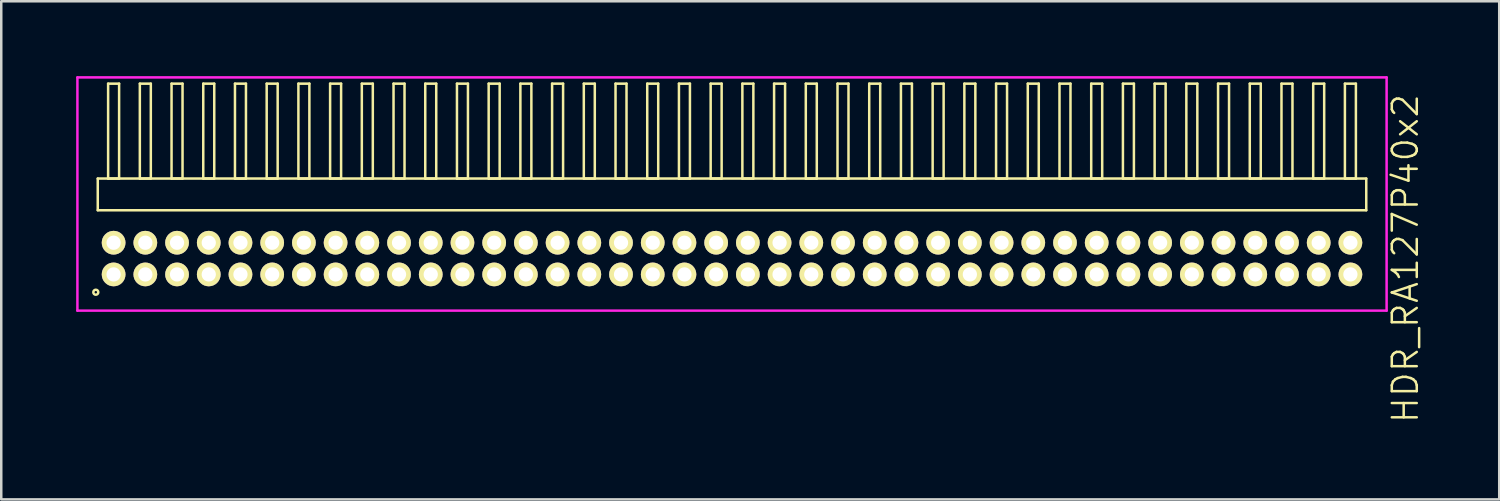
<source format=kicad_pcb>
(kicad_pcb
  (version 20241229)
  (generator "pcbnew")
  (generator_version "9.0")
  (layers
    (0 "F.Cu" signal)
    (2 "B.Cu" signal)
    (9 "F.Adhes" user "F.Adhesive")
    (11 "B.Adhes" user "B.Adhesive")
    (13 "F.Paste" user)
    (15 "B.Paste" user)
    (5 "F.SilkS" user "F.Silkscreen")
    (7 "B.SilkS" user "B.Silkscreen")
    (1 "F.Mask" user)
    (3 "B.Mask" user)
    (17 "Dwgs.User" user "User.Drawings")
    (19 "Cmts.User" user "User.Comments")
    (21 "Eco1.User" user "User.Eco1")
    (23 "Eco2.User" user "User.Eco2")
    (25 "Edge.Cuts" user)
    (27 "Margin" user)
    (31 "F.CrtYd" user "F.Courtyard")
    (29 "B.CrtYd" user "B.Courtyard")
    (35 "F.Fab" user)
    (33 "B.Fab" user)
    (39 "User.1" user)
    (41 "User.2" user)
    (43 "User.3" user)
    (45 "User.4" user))
  (footprint "HDR_RA127P40x2"
    (layer "F.Cu")
    (at 26.265 7.305)
    (property "Reference" "HDR_RA127P40x2" (at 26.965 0 90) (layer "F.SilkS") (effects (font (size 1 1) (thickness 0.1))))
    (attr through_hole)
    (fp_line (start -25.4 -3.205) (end -25.4 -1.935) (stroke (width 0.1) (type solid)) (layer "F.SilkS"))
    (fp_line (start -25.4 -1.935) (end 25.4 -1.935) (stroke (width 0.1) (type solid)) (layer "F.SilkS"))
    (fp_line (start -24.985 -7.005) (end -24.985 -3.205) (stroke (width 0.1) (type solid)) (layer "F.SilkS"))
    (fp_line (start -24.985 -3.205) (end -24.545 -3.205) (stroke (width 0.1) (type solid)) (layer "F.SilkS"))
    (fp_line (start -24.545 -7.005) (end -24.985 -7.005) (stroke (width 0.1) (type solid)) (layer "F.SilkS"))
    (fp_line (start -24.545 -3.205) (end -24.545 -7.005) (stroke (width 0.1) (type solid)) (layer "F.SilkS"))
    (fp_line (start -23.715 -7.005) (end -23.715 -3.205) (stroke (width 0.1) (type solid)) (layer "F.SilkS"))
    (fp_line (start -23.715 -3.205) (end -23.275 -3.205) (stroke (width 0.1) (type solid)) (layer "F.SilkS"))
    (fp_line (start -23.275 -7.005) (end -23.715 -7.005) (stroke (width 0.1) (type solid)) (layer "F.SilkS"))
    (fp_line (start -23.275 -3.205) (end -23.275 -7.005) (stroke (width 0.1) (type solid)) (layer "F.SilkS"))
    (fp_line (start -22.445 -7.005) (end -22.445 -3.205) (stroke (width 0.1) (type solid)) (layer "F.SilkS"))
    (fp_line (start -22.445 -3.205) (end -22.005 -3.205) (stroke (width 0.1) (type solid)) (layer "F.SilkS"))
    (fp_line (start -22.005 -7.005) (end -22.445 -7.005) (stroke (width 0.1) (type solid)) (layer "F.SilkS"))
    (fp_line (start -22.005 -3.205) (end -22.005 -7.005) (stroke (width 0.1) (type solid)) (layer "F.SilkS"))
    (fp_line (start -21.175 -7.005) (end -21.175 -3.205) (stroke (width 0.1) (type solid)) (layer "F.SilkS"))
    (fp_line (start -21.175 -3.205) (end -20.735 -3.205) (stroke (width 0.1) (type solid)) (layer "F.SilkS"))
    (fp_line (start -20.735 -7.005) (end -21.175 -7.005) (stroke (width 0.1) (type solid)) (layer "F.SilkS"))
    (fp_line (start -20.735 -3.205) (end -20.735 -7.005) (stroke (width 0.1) (type solid)) (layer "F.SilkS"))
    (fp_line (start -19.905 -7.005) (end -19.905 -3.205) (stroke (width 0.1) (type solid)) (layer "F.SilkS"))
    (fp_line (start -19.905 -3.205) (end -19.465 -3.205) (stroke (width 0.1) (type solid)) (layer "F.SilkS"))
    (fp_line (start -19.465 -7.005) (end -19.905 -7.005) (stroke (width 0.1) (type solid)) (layer "F.SilkS"))
    (fp_line (start -19.465 -3.205) (end -19.465 -7.005) (stroke (width 0.1) (type solid)) (layer "F.SilkS"))
    (fp_line (start -18.635 -7.005) (end -18.635 -3.205) (stroke (width 0.1) (type solid)) (layer "F.SilkS"))
    (fp_line (start -18.635 -3.205) (end -18.195 -3.205) (stroke (width 0.1) (type solid)) (layer "F.SilkS"))
    (fp_line (start -18.195 -7.005) (end -18.635 -7.005) (stroke (width 0.1) (type solid)) (layer "F.SilkS"))
    (fp_line (start -18.195 -3.205) (end -18.195 -7.005) (stroke (width 0.1) (type solid)) (layer "F.SilkS"))
    (fp_line (start -17.365 -7.005) (end -17.365 -3.205) (stroke (width 0.1) (type solid)) (layer "F.SilkS"))
    (fp_line (start -17.365 -3.205) (end -16.925 -3.205) (stroke (width 0.1) (type solid)) (layer "F.SilkS"))
    (fp_line (start -16.925 -7.005) (end -17.365 -7.005) (stroke (width 0.1) (type solid)) (layer "F.SilkS"))
    (fp_line (start -16.925 -3.205) (end -16.925 -7.005) (stroke (width 0.1) (type solid)) (layer "F.SilkS"))
    (fp_line (start -16.095 -7.005) (end -16.095 -3.205) (stroke (width 0.1) (type solid)) (layer "F.SilkS"))
    (fp_line (start -16.095 -3.205) (end -15.655 -3.205) (stroke (width 0.1) (type solid)) (layer "F.SilkS"))
    (fp_line (start -15.655 -7.005) (end -16.095 -7.005) (stroke (width 0.1) (type solid)) (layer "F.SilkS"))
    (fp_line (start -15.655 -3.205) (end -15.655 -7.005) (stroke (width 0.1) (type solid)) (layer "F.SilkS"))
    (fp_line (start -14.825 -7.005) (end -14.825 -3.205) (stroke (width 0.1) (type solid)) (layer "F.SilkS"))
    (fp_line (start -14.825 -3.205) (end -14.385 -3.205) (stroke (width 0.1) (type solid)) (layer "F.SilkS"))
    (fp_line (start -14.385 -7.005) (end -14.825 -7.005) (stroke (width 0.1) (type solid)) (layer "F.SilkS"))
    (fp_line (start -14.385 -3.205) (end -14.385 -7.005) (stroke (width 0.1) (type solid)) (layer "F.SilkS"))
    (fp_line (start -13.555 -7.005) (end -13.555 -3.205) (stroke (width 0.1) (type solid)) (layer "F.SilkS"))
    (fp_line (start -13.555 -3.205) (end -13.115 -3.205) (stroke (width 0.1) (type solid)) (layer "F.SilkS"))
    (fp_line (start -13.115 -7.005) (end -13.555 -7.005) (stroke (width 0.1) (type solid)) (layer "F.SilkS"))
    (fp_line (start -13.115 -3.205) (end -13.115 -7.005) (stroke (width 0.1) (type solid)) (layer "F.SilkS"))
    (fp_line (start -12.285 -7.005) (end -12.285 -3.205) (stroke (width 0.1) (type solid)) (layer "F.SilkS"))
    (fp_line (start -12.285 -3.205) (end -11.845 -3.205) (stroke (width 0.1) (type solid)) (layer "F.SilkS"))
    (fp_line (start -11.845 -7.005) (end -12.285 -7.005) (stroke (width 0.1) (type solid)) (layer "F.SilkS"))
    (fp_line (start -11.845 -3.205) (end -11.845 -7.005) (stroke (width 0.1) (type solid)) (layer "F.SilkS"))
    (fp_line (start -11.015 -7.005) (end -11.015 -3.205) (stroke (width 0.1) (type solid)) (layer "F.SilkS"))
    (fp_line (start -11.015 -3.205) (end -10.575 -3.205) (stroke (width 0.1) (type solid)) (layer "F.SilkS"))
    (fp_line (start -10.575 -7.005) (end -11.015 -7.005) (stroke (width 0.1) (type solid)) (layer "F.SilkS"))
    (fp_line (start -10.575 -3.205) (end -10.575 -7.005) (stroke (width 0.1) (type solid)) (layer "F.SilkS"))
    (fp_line (start -9.745 -7.005) (end -9.745 -3.205) (stroke (width 0.1) (type solid)) (layer "F.SilkS"))
    (fp_line (start -9.745 -3.205) (end -9.305 -3.205) (stroke (width 0.1) (type solid)) (layer "F.SilkS"))
    (fp_line (start -9.305 -7.005) (end -9.745 -7.005) (stroke (width 0.1) (type solid)) (layer "F.SilkS"))
    (fp_line (start -9.305 -3.205) (end -9.305 -7.005) (stroke (width 0.1) (type solid)) (layer "F.SilkS"))
    (fp_line (start -8.475 -7.005) (end -8.475 -3.205) (stroke (width 0.1) (type solid)) (layer "F.SilkS"))
    (fp_line (start -8.475 -3.205) (end -8.035 -3.205) (stroke (width 0.1) (type solid)) (layer "F.SilkS"))
    (fp_line (start -8.035 -7.005) (end -8.475 -7.005) (stroke (width 0.1) (type solid)) (layer "F.SilkS"))
    (fp_line (start -8.035 -3.205) (end -8.035 -7.005) (stroke (width 0.1) (type solid)) (layer "F.SilkS"))
    (fp_line (start -7.205 -7.005) (end -7.205 -3.205) (stroke (width 0.1) (type solid)) (layer "F.SilkS"))
    (fp_line (start -7.205 -3.205) (end -6.765 -3.205) (stroke (width 0.1) (type solid)) (layer "F.SilkS"))
    (fp_line (start -6.765 -7.005) (end -7.205 -7.005) (stroke (width 0.1) (type solid)) (layer "F.SilkS"))
    (fp_line (start -6.765 -3.205) (end -6.765 -7.005) (stroke (width 0.1) (type solid)) (layer "F.SilkS"))
    (fp_line (start -5.935 -7.005) (end -5.935 -3.205) (stroke (width 0.1) (type solid)) (layer "F.SilkS"))
    (fp_line (start -5.935 -3.205) (end -5.495 -3.205) (stroke (width 0.1) (type solid)) (layer "F.SilkS"))
    (fp_line (start -5.495 -7.005) (end -5.935 -7.005) (stroke (width 0.1) (type solid)) (layer "F.SilkS"))
    (fp_line (start -5.495 -3.205) (end -5.495 -7.005) (stroke (width 0.1) (type solid)) (layer "F.SilkS"))
    (fp_line (start -4.665 -7.005) (end -4.665 -3.205) (stroke (width 0.1) (type solid)) (layer "F.SilkS"))
    (fp_line (start -4.665 -3.205) (end -4.225 -3.205) (stroke (width 0.1) (type solid)) (layer "F.SilkS"))
    (fp_line (start -4.225 -7.005) (end -4.665 -7.005) (stroke (width 0.1) (type solid)) (layer "F.SilkS"))
    (fp_line (start -4.225 -3.205) (end -4.225 -7.005) (stroke (width 0.1) (type solid)) (layer "F.SilkS"))
    (fp_line (start -3.395 -7.005) (end -3.395 -3.205) (stroke (width 0.1) (type solid)) (layer "F.SilkS"))
    (fp_line (start -3.395 -3.205) (end -2.955 -3.205) (stroke (width 0.1) (type solid)) (layer "F.SilkS"))
    (fp_line (start -2.955 -7.005) (end -3.395 -7.005) (stroke (width 0.1) (type solid)) (layer "F.SilkS"))
    (fp_line (start -2.955 -3.205) (end -2.955 -7.005) (stroke (width 0.1) (type solid)) (layer "F.SilkS"))
    (fp_line (start -2.125 -7.005) (end -2.125 -3.205) (stroke (width 0.1) (type solid)) (layer "F.SilkS"))
    (fp_line (start -2.125 -3.205) (end -1.685 -3.205) (stroke (width 0.1) (type solid)) (layer "F.SilkS"))
    (fp_line (start -1.685 -7.005) (end -2.125 -7.005) (stroke (width 0.1) (type solid)) (layer "F.SilkS"))
    (fp_line (start -1.685 -3.205) (end -1.685 -7.005) (stroke (width 0.1) (type solid)) (layer "F.SilkS"))
    (fp_line (start -0.855 -7.005) (end -0.855 -3.205) (stroke (width 0.1) (type solid)) (layer "F.SilkS"))
    (fp_line (start -0.855 -3.205) (end -0.415 -3.205) (stroke (width 0.1) (type solid)) (layer "F.SilkS"))
    (fp_line (start -0.415 -7.005) (end -0.855 -7.005) (stroke (width 0.1) (type solid)) (layer "F.SilkS"))
    (fp_line (start -0.415 -3.205) (end -0.415 -7.005) (stroke (width 0.1) (type solid)) (layer "F.SilkS"))
    (fp_line (start 0.415 -7.005) (end 0.415 -3.205) (stroke (width 0.1) (type solid)) (layer "F.SilkS"))
    (fp_line (start 0.415 -3.205) (end 0.855 -3.205) (stroke (width 0.1) (type solid)) (layer "F.SilkS"))
    (fp_line (start 0.855 -7.005) (end 0.415 -7.005) (stroke (width 0.1) (type solid)) (layer "F.SilkS"))
    (fp_line (start 0.855 -3.205) (end 0.855 -7.005) (stroke (width 0.1) (type solid)) (layer "F.SilkS"))
    (fp_line (start 1.685 -7.005) (end 1.685 -3.205) (stroke (width 0.1) (type solid)) (layer "F.SilkS"))
    (fp_line (start 1.685 -3.205) (end 2.125 -3.205) (stroke (width 0.1) (type solid)) (layer "F.SilkS"))
    (fp_line (start 2.125 -7.005) (end 1.685 -7.005) (stroke (width 0.1) (type solid)) (layer "F.SilkS"))
    (fp_line (start 2.125 -3.205) (end 2.125 -7.005) (stroke (width 0.1) (type solid)) (layer "F.SilkS"))
    (fp_line (start 2.955 -7.005) (end 2.955 -3.205) (stroke (width 0.1) (type solid)) (layer "F.SilkS"))
    (fp_line (start 2.955 -3.205) (end 3.395 -3.205) (stroke (width 0.1) (type solid)) (layer "F.SilkS"))
    (fp_line (start 3.395 -7.005) (end 2.955 -7.005) (stroke (width 0.1) (type solid)) (layer "F.SilkS"))
    (fp_line (start 3.395 -3.205) (end 3.395 -7.005) (stroke (width 0.1) (type solid)) (layer "F.SilkS"))
    (fp_line (start 4.225 -7.005) (end 4.225 -3.205) (stroke (width 0.1) (type solid)) (layer "F.SilkS"))
    (fp_line (start 4.225 -3.205) (end 4.665 -3.205) (stroke (width 0.1) (type solid)) (layer "F.SilkS"))
    (fp_line (start 4.665 -7.005) (end 4.225 -7.005) (stroke (width 0.1) (type solid)) (layer "F.SilkS"))
    (fp_line (start 4.665 -3.205) (end 4.665 -7.005) (stroke (width 0.1) (type solid)) (layer "F.SilkS"))
    (fp_line (start 5.495 -7.005) (end 5.495 -3.205) (stroke (width 0.1) (type solid)) (layer "F.SilkS"))
    (fp_line (start 5.495 -3.205) (end 5.935 -3.205) (stroke (width 0.1) (type solid)) (layer "F.SilkS"))
    (fp_line (start 5.935 -7.005) (end 5.495 -7.005) (stroke (width 0.1) (type solid)) (layer "F.SilkS"))
    (fp_line (start 5.935 -3.205) (end 5.935 -7.005) (stroke (width 0.1) (type solid)) (layer "F.SilkS"))
    (fp_line (start 6.765 -7.005) (end 6.765 -3.205) (stroke (width 0.1) (type solid)) (layer "F.SilkS"))
    (fp_line (start 6.765 -3.205) (end 7.205 -3.205) (stroke (width 0.1) (type solid)) (layer "F.SilkS"))
    (fp_line (start 7.205 -7.005) (end 6.765 -7.005) (stroke (width 0.1) (type solid)) (layer "F.SilkS"))
    (fp_line (start 7.205 -3.205) (end 7.205 -7.005) (stroke (width 0.1) (type solid)) (layer "F.SilkS"))
    (fp_line (start 8.035 -7.005) (end 8.035 -3.205) (stroke (width 0.1) (type solid)) (layer "F.SilkS"))
    (fp_line (start 8.035 -3.205) (end 8.475 -3.205) (stroke (width 0.1) (type solid)) (layer "F.SilkS"))
    (fp_line (start 8.475 -7.005) (end 8.035 -7.005) (stroke (width 0.1) (type solid)) (layer "F.SilkS"))
    (fp_line (start 8.475 -3.205) (end 8.475 -7.005) (stroke (width 0.1) (type solid)) (layer "F.SilkS"))
    (fp_line (start 9.305 -7.005) (end 9.305 -3.205) (stroke (width 0.1) (type solid)) (layer "F.SilkS"))
    (fp_line (start 9.305 -3.205) (end 9.745 -3.205) (stroke (width 0.1) (type solid)) (layer "F.SilkS"))
    (fp_line (start 9.745 -7.005) (end 9.305 -7.005) (stroke (width 0.1) (type solid)) (layer "F.SilkS"))
    (fp_line (start 9.745 -3.205) (end 9.745 -7.005) (stroke (width 0.1) (type solid)) (layer "F.SilkS"))
    (fp_line (start 10.575 -7.005) (end 10.575 -3.205) (stroke (width 0.1) (type solid)) (layer "F.SilkS"))
    (fp_line (start 10.575 -3.205) (end 11.015 -3.205) (stroke (width 0.1) (type solid)) (layer "F.SilkS"))
    (fp_line (start 11.015 -7.005) (end 10.575 -7.005) (stroke (width 0.1) (type solid)) (layer "F.SilkS"))
    (fp_line (start 11.015 -3.205) (end 11.015 -7.005) (stroke (width 0.1) (type solid)) (layer "F.SilkS"))
    (fp_line (start 11.845 -7.005) (end 11.845 -3.205) (stroke (width 0.1) (type solid)) (layer "F.SilkS"))
    (fp_line (start 11.845 -3.205) (end 12.285 -3.205) (stroke (width 0.1) (type solid)) (layer "F.SilkS"))
    (fp_line (start 12.285 -7.005) (end 11.845 -7.005) (stroke (width 0.1) (type solid)) (layer "F.SilkS"))
    (fp_line (start 12.285 -3.205) (end 12.285 -7.005) (stroke (width 0.1) (type solid)) (layer "F.SilkS"))
    (fp_line (start 13.115 -7.005) (end 13.115 -3.205) (stroke (width 0.1) (type solid)) (layer "F.SilkS"))
    (fp_line (start 13.115 -3.205) (end 13.555 -3.205) (stroke (width 0.1) (type solid)) (layer "F.SilkS"))
    (fp_line (start 13.555 -7.005) (end 13.115 -7.005) (stroke (width 0.1) (type solid)) (layer "F.SilkS"))
    (fp_line (start 13.555 -3.205) (end 13.555 -7.005) (stroke (width 0.1) (type solid)) (layer "F.SilkS"))
    (fp_line (start 14.385 -7.005) (end 14.385 -3.205) (stroke (width 0.1) (type solid)) (layer "F.SilkS"))
    (fp_line (start 14.385 -3.205) (end 14.825 -3.205) (stroke (width 0.1) (type solid)) (layer "F.SilkS"))
    (fp_line (start 14.825 -7.005) (end 14.385 -7.005) (stroke (width 0.1) (type solid)) (layer "F.SilkS"))
    (fp_line (start 14.825 -3.205) (end 14.825 -7.005) (stroke (width 0.1) (type solid)) (layer "F.SilkS"))
    (fp_line (start 15.655 -7.005) (end 15.655 -3.205) (stroke (width 0.1) (type solid)) (layer "F.SilkS"))
    (fp_line (start 15.655 -3.205) (end 16.095 -3.205) (stroke (width 0.1) (type solid)) (layer "F.SilkS"))
    (fp_line (start 16.095 -7.005) (end 15.655 -7.005) (stroke (width 0.1) (type solid)) (layer "F.SilkS"))
    (fp_line (start 16.095 -3.205) (end 16.095 -7.005) (stroke (width 0.1) (type solid)) (layer "F.SilkS"))
    (fp_line (start 16.925 -7.005) (end 16.925 -3.205) (stroke (width 0.1) (type solid)) (layer "F.SilkS"))
    (fp_line (start 16.925 -3.205) (end 17.365 -3.205) (stroke (width 0.1) (type solid)) (layer "F.SilkS"))
    (fp_line (start 17.365 -7.005) (end 16.925 -7.005) (stroke (width 0.1) (type solid)) (layer "F.SilkS"))
    (fp_line (start 17.365 -3.205) (end 17.365 -7.005) (stroke (width 0.1) (type solid)) (layer "F.SilkS"))
    (fp_line (start 18.195 -7.005) (end 18.195 -3.205) (stroke (width 0.1) (type solid)) (layer "F.SilkS"))
    (fp_line (start 18.195 -3.205) (end 18.635 -3.205) (stroke (width 0.1) (type solid)) (layer "F.SilkS"))
    (fp_line (start 18.635 -7.005) (end 18.195 -7.005) (stroke (width 0.1) (type solid)) (layer "F.SilkS"))
    (fp_line (start 18.635 -3.205) (end 18.635 -7.005) (stroke (width 0.1) (type solid)) (layer "F.SilkS"))
    (fp_line (start 19.465 -7.005) (end 19.465 -3.205) (stroke (width 0.1) (type solid)) (layer "F.SilkS"))
    (fp_line (start 19.465 -3.205) (end 19.905 -3.205) (stroke (width 0.1) (type solid)) (layer "F.SilkS"))
    (fp_line (start 19.905 -7.005) (end 19.465 -7.005) (stroke (width 0.1) (type solid)) (layer "F.SilkS"))
    (fp_line (start 19.905 -3.205) (end 19.905 -7.005) (stroke (width 0.1) (type solid)) (layer "F.SilkS"))
    (fp_line (start 20.735 -7.005) (end 20.735 -3.205) (stroke (width 0.1) (type solid)) (layer "F.SilkS"))
    (fp_line (start 20.735 -3.205) (end 21.175 -3.205) (stroke (width 0.1) (type solid)) (layer "F.SilkS"))
    (fp_line (start 21.175 -7.005) (end 20.735 -7.005) (stroke (width 0.1) (type solid)) (layer "F.SilkS"))
    (fp_line (start 21.175 -3.205) (end 21.175 -7.005) (stroke (width 0.1) (type solid)) (layer "F.SilkS"))
    (fp_line (start 22.005 -7.005) (end 22.005 -3.205) (stroke (width 0.1) (type solid)) (layer "F.SilkS"))
    (fp_line (start 22.005 -3.205) (end 22.445 -3.205) (stroke (width 0.1) (type solid)) (layer "F.SilkS"))
    (fp_line (start 22.445 -7.005) (end 22.005 -7.005) (stroke (width 0.1) (type solid)) (layer "F.SilkS"))
    (fp_line (start 22.445 -3.205) (end 22.445 -7.005) (stroke (width 0.1) (type solid)) (layer "F.SilkS"))
    (fp_line (start 23.275 -7.005) (end 23.275 -3.205) (stroke (width 0.1) (type solid)) (layer "F.SilkS"))
    (fp_line (start 23.275 -3.205) (end 23.715 -3.205) (stroke (width 0.1) (type solid)) (layer "F.SilkS"))
    (fp_line (start 23.715 -7.005) (end 23.275 -7.005) (stroke (width 0.1) (type solid)) (layer "F.SilkS"))
    (fp_line (start 23.715 -3.205) (end 23.715 -7.005) (stroke (width 0.1) (type solid)) (layer "F.SilkS"))
    (fp_line (start 24.545 -7.005) (end 24.545 -3.205) (stroke (width 0.1) (type solid)) (layer "F.SilkS"))
    (fp_line (start 24.545 -3.205) (end 24.985 -3.205) (stroke (width 0.1) (type solid)) (layer "F.SilkS"))
    (fp_line (start 24.985 -7.005) (end 24.545 -7.005) (stroke (width 0.1) (type solid)) (layer "F.SilkS"))
    (fp_line (start 24.985 -3.205) (end 24.985 -7.005) (stroke (width 0.1) (type solid)) (layer "F.SilkS"))
    (fp_line (start 25.4 -3.205) (end -25.4 -3.205) (stroke (width 0.1) (type solid)) (layer "F.SilkS"))
    (fp_line (start 25.4 -1.935) (end 25.4 -3.205) (stroke (width 0.1) (type solid)) (layer "F.SilkS"))
    (fp_circle (center -25.478 1.348) (end -25.378 1.348) (stroke (width 0.1) (type solid)) (fill no) (layer "F.SilkS"))
    (fp_line (start -26.215 -7.255) (end -26.215 2.085) (stroke (width 0.1) (type solid)) (layer "F.CrtYd"))
    (fp_line (start -26.215 2.085) (end 26.215 2.085) (stroke (width 0.1) (type solid)) (layer "F.CrtYd"))
    (fp_line (start 26.215 -7.255) (end -26.215 -7.255) (stroke (width 0.1) (type solid)) (layer "F.CrtYd"))
    (fp_line (start 26.215 2.085) (end 26.215 -7.255) (stroke (width 0.1) (type solid)) (layer "F.CrtYd"))
    (pad "1" thru_hole oval (at -24.765 0.635) (size 0.95 0.95) (drill 0.57) (layers "*.Cu" "*.Mask" "F.SilkS"))
    (pad "2" thru_hole oval (at -24.765 -0.635) (size 0.95 0.95) (drill 0.57) (layers "*.Cu" "*.Mask" "F.SilkS"))
    (pad "3" thru_hole oval (at -23.495 0.635) (size 0.95 0.95) (drill 0.57) (layers "*.Cu" "*.Mask" "F.SilkS"))
    (pad "4" thru_hole oval (at -23.495 -0.635) (size 0.95 0.95) (drill 0.57) (layers "*.Cu" "*.Mask" "F.SilkS"))
    (pad "5" thru_hole oval (at -22.225 0.635) (size 0.95 0.95) (drill 0.57) (layers "*.Cu" "*.Mask" "F.SilkS"))
    (pad "6" thru_hole oval (at -22.225 -0.635) (size 0.95 0.95) (drill 0.57) (layers "*.Cu" "*.Mask" "F.SilkS"))
    (pad "7" thru_hole oval (at -20.955 0.635) (size 0.95 0.95) (drill 0.57) (layers "*.Cu" "*.Mask" "F.SilkS"))
    (pad "8" thru_hole oval (at -20.955 -0.635) (size 0.95 0.95) (drill 0.57) (layers "*.Cu" "*.Mask" "F.SilkS"))
    (pad "9" thru_hole oval (at -19.685 0.635) (size 0.95 0.95) (drill 0.57) (layers "*.Cu" "*.Mask" "F.SilkS"))
    (pad "10" thru_hole oval (at -19.685 -0.635) (size 0.95 0.95) (drill 0.57) (layers "*.Cu" "*.Mask" "F.SilkS"))
    (pad "11" thru_hole oval (at -18.415 0.635) (size 0.95 0.95) (drill 0.57) (layers "*.Cu" "*.Mask" "F.SilkS"))
    (pad "12" thru_hole oval (at -18.415 -0.635) (size 0.95 0.95) (drill 0.57) (layers "*.Cu" "*.Mask" "F.SilkS"))
    (pad "13" thru_hole oval (at -17.145 0.635) (size 0.95 0.95) (drill 0.57) (layers "*.Cu" "*.Mask" "F.SilkS"))
    (pad "14" thru_hole oval (at -17.145 -0.635) (size 0.95 0.95) (drill 0.57) (layers "*.Cu" "*.Mask" "F.SilkS"))
    (pad "15" thru_hole oval (at -15.875 0.635) (size 0.95 0.95) (drill 0.57) (layers "*.Cu" "*.Mask" "F.SilkS"))
    (pad "16" thru_hole oval (at -15.875 -0.635) (size 0.95 0.95) (drill 0.57) (layers "*.Cu" "*.Mask" "F.SilkS"))
    (pad "17" thru_hole oval (at -14.605 0.635) (size 0.95 0.95) (drill 0.57) (layers "*.Cu" "*.Mask" "F.SilkS"))
    (pad "18" thru_hole oval (at -14.605 -0.635) (size 0.95 0.95) (drill 0.57) (layers "*.Cu" "*.Mask" "F.SilkS"))
    (pad "19" thru_hole oval (at -13.335 0.635) (size 0.95 0.95) (drill 0.57) (layers "*.Cu" "*.Mask" "F.SilkS"))
    (pad "20" thru_hole oval (at -13.335 -0.635) (size 0.95 0.95) (drill 0.57) (layers "*.Cu" "*.Mask" "F.SilkS"))
    (pad "21" thru_hole oval (at -12.065 0.635) (size 0.95 0.95) (drill 0.57) (layers "*.Cu" "*.Mask" "F.SilkS"))
    (pad "22" thru_hole oval (at -12.065 -0.635) (size 0.95 0.95) (drill 0.57) (layers "*.Cu" "*.Mask" "F.SilkS"))
    (pad "23" thru_hole oval (at -10.795 0.635) (size 0.95 0.95) (drill 0.57) (layers "*.Cu" "*.Mask" "F.SilkS"))
    (pad "24" thru_hole oval (at -10.795 -0.635) (size 0.95 0.95) (drill 0.57) (layers "*.Cu" "*.Mask" "F.SilkS"))
    (pad "25" thru_hole oval (at -9.525 0.635) (size 0.95 0.95) (drill 0.57) (layers "*.Cu" "*.Mask" "F.SilkS"))
    (pad "26" thru_hole oval (at -9.525 -0.635) (size 0.95 0.95) (drill 0.57) (layers "*.Cu" "*.Mask" "F.SilkS"))
    (pad "27" thru_hole oval (at -8.255 0.635) (size 0.95 0.95) (drill 0.57) (layers "*.Cu" "*.Mask" "F.SilkS"))
    (pad "28" thru_hole oval (at -8.255 -0.635) (size 0.95 0.95) (drill 0.57) (layers "*.Cu" "*.Mask" "F.SilkS"))
    (pad "29" thru_hole oval (at -6.985 0.635) (size 0.95 0.95) (drill 0.57) (layers "*.Cu" "*.Mask" "F.SilkS"))
    (pad "30" thru_hole oval (at -6.985 -0.635) (size 0.95 0.95) (drill 0.57) (layers "*.Cu" "*.Mask" "F.SilkS"))
    (pad "31" thru_hole oval (at -5.715 0.635) (size 0.95 0.95) (drill 0.57) (layers "*.Cu" "*.Mask" "F.SilkS"))
    (pad "32" thru_hole oval (at -5.715 -0.635) (size 0.95 0.95) (drill 0.57) (layers "*.Cu" "*.Mask" "F.SilkS"))
    (pad "33" thru_hole oval (at -4.445 0.635) (size 0.95 0.95) (drill 0.57) (layers "*.Cu" "*.Mask" "F.SilkS"))
    (pad "34" thru_hole oval (at -4.445 -0.635) (size 0.95 0.95) (drill 0.57) (layers "*.Cu" "*.Mask" "F.SilkS"))
    (pad "35" thru_hole oval (at -3.175 0.635) (size 0.95 0.95) (drill 0.57) (layers "*.Cu" "*.Mask" "F.SilkS"))
    (pad "36" thru_hole oval (at -3.175 -0.635) (size 0.95 0.95) (drill 0.57) (layers "*.Cu" "*.Mask" "F.SilkS"))
    (pad "37" thru_hole oval (at -1.905 0.635) (size 0.95 0.95) (drill 0.57) (layers "*.Cu" "*.Mask" "F.SilkS"))
    (pad "38" thru_hole oval (at -1.905 -0.635) (size 0.95 0.95) (drill 0.57) (layers "*.Cu" "*.Mask" "F.SilkS"))
    (pad "39" thru_hole oval (at -0.635 0.635) (size 0.95 0.95) (drill 0.57) (layers "*.Cu" "*.Mask" "F.SilkS"))
    (pad "40" thru_hole oval (at -0.635 -0.635) (size 0.95 0.95) (drill 0.57) (layers "*.Cu" "*.Mask" "F.SilkS"))
    (pad "41" thru_hole oval (at 0.635 0.635) (size 0.95 0.95) (drill 0.57) (layers "*.Cu" "*.Mask" "F.SilkS"))
    (pad "42" thru_hole oval (at 0.635 -0.635) (size 0.95 0.95) (drill 0.57) (layers "*.Cu" "*.Mask" "F.SilkS"))
    (pad "43" thru_hole oval (at 1.905 0.635) (size 0.95 0.95) (drill 0.57) (layers "*.Cu" "*.Mask" "F.SilkS"))
    (pad "44" thru_hole oval (at 1.905 -0.635) (size 0.95 0.95) (drill 0.57) (layers "*.Cu" "*.Mask" "F.SilkS"))
    (pad "45" thru_hole oval (at 3.175 0.635) (size 0.95 0.95) (drill 0.57) (layers "*.Cu" "*.Mask" "F.SilkS"))
    (pad "46" thru_hole oval (at 3.175 -0.635) (size 0.95 0.95) (drill 0.57) (layers "*.Cu" "*.Mask" "F.SilkS"))
    (pad "47" thru_hole oval (at 4.445 0.635) (size 0.95 0.95) (drill 0.57) (layers "*.Cu" "*.Mask" "F.SilkS"))
    (pad "48" thru_hole oval (at 4.445 -0.635) (size 0.95 0.95) (drill 0.57) (layers "*.Cu" "*.Mask" "F.SilkS"))
    (pad "49" thru_hole oval (at 5.715 0.635) (size 0.95 0.95) (drill 0.57) (layers "*.Cu" "*.Mask" "F.SilkS"))
    (pad "50" thru_hole oval (at 5.715 -0.635) (size 0.95 0.95) (drill 0.57) (layers "*.Cu" "*.Mask" "F.SilkS"))
    (pad "51" thru_hole oval (at 6.985 0.635) (size 0.95 0.95) (drill 0.57) (layers "*.Cu" "*.Mask" "F.SilkS"))
    (pad "52" thru_hole oval (at 6.985 -0.635) (size 0.95 0.95) (drill 0.57) (layers "*.Cu" "*.Mask" "F.SilkS"))
    (pad "53" thru_hole oval (at 8.255 0.635) (size 0.95 0.95) (drill 0.57) (layers "*.Cu" "*.Mask" "F.SilkS"))
    (pad "54" thru_hole oval (at 8.255 -0.635) (size 0.95 0.95) (drill 0.57) (layers "*.Cu" "*.Mask" "F.SilkS"))
    (pad "55" thru_hole oval (at 9.525 0.635) (size 0.95 0.95) (drill 0.57) (layers "*.Cu" "*.Mask" "F.SilkS"))
    (pad "56" thru_hole oval (at 9.525 -0.635) (size 0.95 0.95) (drill 0.57) (layers "*.Cu" "*.Mask" "F.SilkS"))
    (pad "57" thru_hole oval (at 10.795 0.635) (size 0.95 0.95) (drill 0.57) (layers "*.Cu" "*.Mask" "F.SilkS"))
    (pad "58" thru_hole oval (at 10.795 -0.635) (size 0.95 0.95) (drill 0.57) (layers "*.Cu" "*.Mask" "F.SilkS"))
    (pad "59" thru_hole oval (at 12.065 0.635) (size 0.95 0.95) (drill 0.57) (layers "*.Cu" "*.Mask" "F.SilkS"))
    (pad "60" thru_hole oval (at 12.065 -0.635) (size 0.95 0.95) (drill 0.57) (layers "*.Cu" "*.Mask" "F.SilkS"))
    (pad "61" thru_hole oval (at 13.335 0.635) (size 0.95 0.95) (drill 0.57) (layers "*.Cu" "*.Mask" "F.SilkS"))
    (pad "62" thru_hole oval (at 13.335 -0.635) (size 0.95 0.95) (drill 0.57) (layers "*.Cu" "*.Mask" "F.SilkS"))
    (pad "63" thru_hole oval (at 14.605 0.635) (size 0.95 0.95) (drill 0.57) (layers "*.Cu" "*.Mask" "F.SilkS"))
    (pad "64" thru_hole oval (at 14.605 -0.635) (size 0.95 0.95) (drill 0.57) (layers "*.Cu" "*.Mask" "F.SilkS"))
    (pad "65" thru_hole oval (at 15.875 0.635) (size 0.95 0.95) (drill 0.57) (layers "*.Cu" "*.Mask" "F.SilkS"))
    (pad "66" thru_hole oval (at 15.875 -0.635) (size 0.95 0.95) (drill 0.57) (layers "*.Cu" "*.Mask" "F.SilkS"))
    (pad "67" thru_hole oval (at 17.145 0.635) (size 0.95 0.95) (drill 0.57) (layers "*.Cu" "*.Mask" "F.SilkS"))
    (pad "68" thru_hole oval (at 17.145 -0.635) (size 0.95 0.95) (drill 0.57) (layers "*.Cu" "*.Mask" "F.SilkS"))
    (pad "69" thru_hole oval (at 18.415 0.635) (size 0.95 0.95) (drill 0.57) (layers "*.Cu" "*.Mask" "F.SilkS"))
    (pad "70" thru_hole oval (at 18.415 -0.635) (size 0.95 0.95) (drill 0.57) (layers "*.Cu" "*.Mask" "F.SilkS"))
    (pad "71" thru_hole oval (at 19.685 0.635) (size 0.95 0.95) (drill 0.57) (layers "*.Cu" "*.Mask" "F.SilkS"))
    (pad "72" thru_hole oval (at 19.685 -0.635) (size 0.95 0.95) (drill 0.57) (layers "*.Cu" "*.Mask" "F.SilkS"))
    (pad "73" thru_hole oval (at 20.955 0.635) (size 0.95 0.95) (drill 0.57) (layers "*.Cu" "*.Mask" "F.SilkS"))
    (pad "74" thru_hole oval (at 20.955 -0.635) (size 0.95 0.95) (drill 0.57) (layers "*.Cu" "*.Mask" "F.SilkS"))
    (pad "75" thru_hole oval (at 22.225 0.635) (size 0.95 0.95) (drill 0.57) (layers "*.Cu" "*.Mask" "F.SilkS"))
    (pad "76" thru_hole oval (at 22.225 -0.635) (size 0.95 0.95) (drill 0.57) (layers "*.Cu" "*.Mask" "F.SilkS"))
    (pad "77" thru_hole oval (at 23.495 0.635) (size 0.95 0.95) (drill 0.57) (layers "*.Cu" "*.Mask" "F.SilkS"))
    (pad "78" thru_hole oval (at 23.495 -0.635) (size 0.95 0.95) (drill 0.57) (layers "*.Cu" "*.Mask" "F.SilkS"))
    (pad "79" thru_hole oval (at 24.765 0.635) (size 0.95 0.95) (drill 0.57) (layers "*.Cu" "*.Mask" "F.SilkS"))
    (pad "80" thru_hole oval (at 24.765 -0.635) (size 0.95 0.95) (drill 0.57) (layers "*.Cu" "*.Mask" "F.SilkS")))
  (gr_rect
    (start -3 -3)
    (end 56.99 16.95)
    (stroke (width 0.1) (type default))
    (fill no)
    (layer "Edge.Cuts")))
</source>
